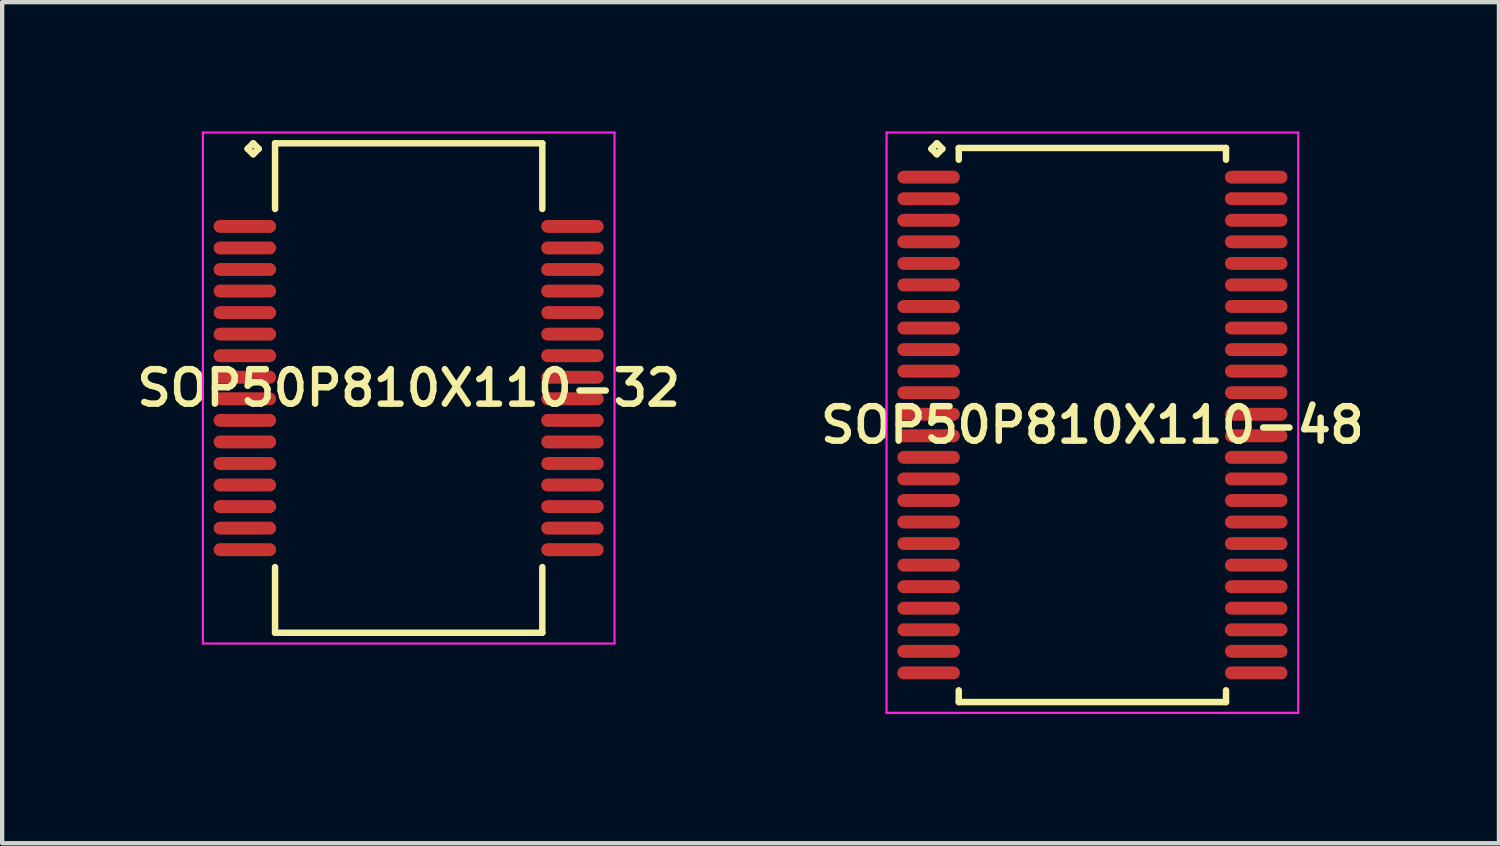
<source format=kicad_pcb>
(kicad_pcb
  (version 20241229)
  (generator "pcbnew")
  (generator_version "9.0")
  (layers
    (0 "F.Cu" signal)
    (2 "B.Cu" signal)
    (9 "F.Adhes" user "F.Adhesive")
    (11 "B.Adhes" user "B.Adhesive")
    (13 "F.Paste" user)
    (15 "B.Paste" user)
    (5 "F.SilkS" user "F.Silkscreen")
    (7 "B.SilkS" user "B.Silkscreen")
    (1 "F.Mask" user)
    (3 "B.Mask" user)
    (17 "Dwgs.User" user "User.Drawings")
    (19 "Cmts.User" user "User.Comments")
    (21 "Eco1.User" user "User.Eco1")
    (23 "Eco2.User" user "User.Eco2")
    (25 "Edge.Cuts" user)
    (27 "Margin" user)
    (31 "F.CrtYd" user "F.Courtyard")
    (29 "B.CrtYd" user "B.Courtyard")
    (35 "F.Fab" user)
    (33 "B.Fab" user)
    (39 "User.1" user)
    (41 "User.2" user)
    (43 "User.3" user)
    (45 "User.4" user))
  (footprint "SOP50P810X110-48"
    (layer "F.Cu")
    (at 22.292 6.81)
    (property "Reference" "SOP50P810X110-48" (at 0 0 0) (layer "F.SilkS") (effects (font (size 0.8 0.8) (thickness 0.15))))
    (attr smd)
    (fp_line (start -3.735 -6.408) (end -3.608 -6.535) (stroke (width 0.15) (type solid)) (layer "F.SilkS"))
    (fp_line (start -3.608 -6.535) (end -3.481 -6.408) (stroke (width 0.15) (type solid)) (layer "F.SilkS"))
    (fp_line (start -3.608 -6.281) (end -3.735 -6.408) (stroke (width 0.15) (type solid)) (layer "F.SilkS"))
    (fp_line (start -3.481 -6.408) (end -3.608 -6.281) (stroke (width 0.15) (type solid)) (layer "F.SilkS"))
    (fp_line (start -3.1 -6.427) (end 3.1 -6.427) (stroke (width 0.15) (type solid)) (layer "F.SilkS"))
    (fp_line (start -3.1 -6.154) (end -3.1 -6.427) (stroke (width 0.15) (type solid)) (layer "F.SilkS"))
    (fp_line (start -3.1 6.154) (end -3.1 6.427) (stroke (width 0.15) (type solid)) (layer "F.SilkS"))
    (fp_line (start -3.1 6.427) (end 3.1 6.427) (stroke (width 0.15) (type solid)) (layer "F.SilkS"))
    (fp_line (start 3.1 -6.427) (end 3.1 -6.154) (stroke (width 0.15) (type solid)) (layer "F.SilkS"))
    (fp_line (start 3.1 6.427) (end 3.1 6.154) (stroke (width 0.15) (type solid)) (layer "F.SilkS"))
    (fp_line (start -4.775 -6.785) (end 4.775 -6.785) (stroke (width 0.05) (type solid)) (layer "F.CrtYd"))
    (fp_line (start -4.775 6.677) (end -4.775 -6.785) (stroke (width 0.05) (type solid)) (layer "F.CrtYd"))
    (fp_line (start 4.775 -6.785) (end 4.775 6.677) (stroke (width 0.05) (type solid)) (layer "F.CrtYd"))
    (fp_line (start 4.775 6.677) (end -4.775 6.677) (stroke (width 0.05) (type solid)) (layer "F.CrtYd"))
    (pad "1" smd oval (at -3.8 -5.75) (size 1.45 0.3) (layers "F.Cu" "F.Mask" "F.Paste"))
    (pad "2" smd oval (at -3.8 -5.25) (size 1.45 0.3) (layers "F.Cu" "F.Mask" "F.Paste"))
    (pad "3" smd oval (at -3.8 -4.75) (size 1.45 0.3) (layers "F.Cu" "F.Mask" "F.Paste"))
    (pad "4" smd oval (at -3.8 -4.25) (size 1.45 0.3) (layers "F.Cu" "F.Mask" "F.Paste"))
    (pad "5" smd oval (at -3.8 -3.75) (size 1.45 0.3) (layers "F.Cu" "F.Mask" "F.Paste"))
    (pad "6" smd oval (at -3.8 -3.25) (size 1.45 0.3) (layers "F.Cu" "F.Mask" "F.Paste"))
    (pad "7" smd oval (at -3.8 -2.75) (size 1.45 0.3) (layers "F.Cu" "F.Mask" "F.Paste"))
    (pad "8" smd oval (at -3.8 -2.25) (size 1.45 0.3) (layers "F.Cu" "F.Mask" "F.Paste"))
    (pad "9" smd oval (at -3.8 -1.75) (size 1.45 0.3) (layers "F.Cu" "F.Mask" "F.Paste"))
    (pad "10" smd oval (at -3.8 -1.25) (size 1.45 0.3) (layers "F.Cu" "F.Mask" "F.Paste"))
    (pad "11" smd oval (at -3.8 -0.75) (size 1.45 0.3) (layers "F.Cu" "F.Mask" "F.Paste"))
    (pad "12" smd oval (at -3.8 -0.25) (size 1.45 0.3) (layers "F.Cu" "F.Mask" "F.Paste"))
    (pad "13" smd oval (at -3.8 0.25) (size 1.45 0.3) (layers "F.Cu" "F.Mask" "F.Paste"))
    (pad "14" smd oval (at -3.8 0.75) (size 1.45 0.3) (layers "F.Cu" "F.Mask" "F.Paste"))
    (pad "15" smd oval (at -3.8 1.25) (size 1.45 0.3) (layers "F.Cu" "F.Mask" "F.Paste"))
    (pad "16" smd oval (at -3.8 1.75) (size 1.45 0.3) (layers "F.Cu" "F.Mask" "F.Paste"))
    (pad "17" smd oval (at -3.8 2.25) (size 1.45 0.3) (layers "F.Cu" "F.Mask" "F.Paste"))
    (pad "18" smd oval (at -3.8 2.75) (size 1.45 0.3) (layers "F.Cu" "F.Mask" "F.Paste"))
    (pad "19" smd oval (at -3.8 3.25) (size 1.45 0.3) (layers "F.Cu" "F.Mask" "F.Paste"))
    (pad "20" smd oval (at -3.8 3.75) (size 1.45 0.3) (layers "F.Cu" "F.Mask" "F.Paste"))
    (pad "21" smd oval (at -3.8 4.25) (size 1.45 0.3) (layers "F.Cu" "F.Mask" "F.Paste"))
    (pad "22" smd oval (at -3.8 4.75) (size 1.45 0.3) (layers "F.Cu" "F.Mask" "F.Paste"))
    (pad "23" smd oval (at -3.8 5.25) (size 1.45 0.3) (layers "F.Cu" "F.Mask" "F.Paste"))
    (pad "24" smd oval (at -3.8 5.75) (size 1.45 0.3) (layers "F.Cu" "F.Mask" "F.Paste"))
    (pad "25" smd oval (at 3.8 5.75) (size 1.45 0.3) (layers "F.Cu" "F.Mask" "F.Paste"))
    (pad "26" smd oval (at 3.8 5.25) (size 1.45 0.3) (layers "F.Cu" "F.Mask" "F.Paste"))
    (pad "27" smd oval (at 3.8 4.75) (size 1.45 0.3) (layers "F.Cu" "F.Mask" "F.Paste"))
    (pad "28" smd oval (at 3.8 4.25) (size 1.45 0.3) (layers "F.Cu" "F.Mask" "F.Paste"))
    (pad "29" smd oval (at 3.8 3.75) (size 1.45 0.3) (layers "F.Cu" "F.Mask" "F.Paste"))
    (pad "30" smd oval (at 3.8 3.25) (size 1.45 0.3) (layers "F.Cu" "F.Mask" "F.Paste"))
    (pad "31" smd oval (at 3.8 2.75) (size 1.45 0.3) (layers "F.Cu" "F.Mask" "F.Paste"))
    (pad "32" smd oval (at 3.8 2.25) (size 1.45 0.3) (layers "F.Cu" "F.Mask" "F.Paste"))
    (pad "33" smd oval (at 3.8 1.75) (size 1.45 0.3) (layers "F.Cu" "F.Mask" "F.Paste"))
    (pad "34" smd oval (at 3.8 1.25) (size 1.45 0.3) (layers "F.Cu" "F.Mask" "F.Paste"))
    (pad "35" smd oval (at 3.8 0.75) (size 1.45 0.3) (layers "F.Cu" "F.Mask" "F.Paste"))
    (pad "36" smd oval (at 3.8 0.25) (size 1.45 0.3) (layers "F.Cu" "F.Mask" "F.Paste"))
    (pad "37" smd oval (at 3.8 -0.25) (size 1.45 0.3) (layers "F.Cu" "F.Mask" "F.Paste"))
    (pad "38" smd oval (at 3.8 -0.75) (size 1.45 0.3) (layers "F.Cu" "F.Mask" "F.Paste"))
    (pad "39" smd oval (at 3.8 -1.25) (size 1.45 0.3) (layers "F.Cu" "F.Mask" "F.Paste"))
    (pad "40" smd oval (at 3.8 -1.75) (size 1.45 0.3) (layers "F.Cu" "F.Mask" "F.Paste"))
    (pad "41" smd oval (at 3.8 -2.25) (size 1.45 0.3) (layers "F.Cu" "F.Mask" "F.Paste"))
    (pad "42" smd oval (at 3.8 -2.75) (size 1.45 0.3) (layers "F.Cu" "F.Mask" "F.Paste"))
    (pad "43" smd oval (at 3.8 -3.25) (size 1.45 0.3) (layers "F.Cu" "F.Mask" "F.Paste"))
    (pad "44" smd oval (at 3.8 -3.75) (size 1.45 0.3) (layers "F.Cu" "F.Mask" "F.Paste"))
    (pad "45" smd oval (at 3.8 -4.25) (size 1.45 0.3) (layers "F.Cu" "F.Mask" "F.Paste"))
    (pad "46" smd oval (at 3.8 -4.75) (size 1.45 0.3) (layers "F.Cu" "F.Mask" "F.Paste"))
    (pad "47" smd oval (at 3.8 -5.25) (size 1.45 0.3) (layers "F.Cu" "F.Mask" "F.Paste"))
    (pad "48" smd oval (at 3.8 -5.75) (size 1.45 0.3) (layers "F.Cu" "F.Mask" "F.Paste")))
  (footprint "SOP50P810X110-32"
    (layer "F.Cu")
    (at 6.431 5.952)
    (property "Reference" "SOP50P810X110-32" (at 0 0 0) (layer "F.SilkS") (effects (font (size 0.8 0.8) (thickness 0.15))))
    (attr smd)
    (fp_line (start -3.735 -5.55) (end -3.608 -5.677) (stroke (width 0.15) (type solid)) (layer "F.SilkS"))
    (fp_line (start -3.608 -5.677) (end -3.481 -5.55) (stroke (width 0.15) (type solid)) (layer "F.SilkS"))
    (fp_line (start -3.608 -5.423) (end -3.735 -5.55) (stroke (width 0.15) (type solid)) (layer "F.SilkS"))
    (fp_line (start -3.481 -5.55) (end -3.608 -5.423) (stroke (width 0.15) (type solid)) (layer "F.SilkS"))
    (fp_line (start -3.1 -5.677) (end 3.1 -5.677) (stroke (width 0.15) (type solid)) (layer "F.SilkS"))
    (fp_line (start -3.1 -4.154) (end -3.1 -5.677) (stroke (width 0.15) (type solid)) (layer "F.SilkS"))
    (fp_line (start -3.1 4.154) (end -3.1 5.677) (stroke (width 0.15) (type solid)) (layer "F.SilkS"))
    (fp_line (start -3.1 5.677) (end 3.1 5.677) (stroke (width 0.15) (type solid)) (layer "F.SilkS"))
    (fp_line (start 3.1 -5.677) (end 3.1 -4.154) (stroke (width 0.15) (type solid)) (layer "F.SilkS"))
    (fp_line (start 3.1 5.677) (end 3.1 4.154) (stroke (width 0.15) (type solid)) (layer "F.SilkS"))
    (fp_line (start -4.775 -5.927) (end 4.775 -5.927) (stroke (width 0.05) (type solid)) (layer "F.CrtYd"))
    (fp_line (start -4.775 5.927) (end -4.775 -5.927) (stroke (width 0.05) (type solid)) (layer "F.CrtYd"))
    (fp_line (start 4.775 -5.927) (end 4.775 5.927) (stroke (width 0.05) (type solid)) (layer "F.CrtYd"))
    (fp_line (start 4.775 5.927) (end -4.775 5.927) (stroke (width 0.05) (type solid)) (layer "F.CrtYd"))
    (pad "1" smd oval (at -3.8 -3.75) (size 1.45 0.3) (layers "F.Cu" "F.Mask" "F.Paste"))
    (pad "2" smd oval (at -3.8 -3.25) (size 1.45 0.3) (layers "F.Cu" "F.Mask" "F.Paste"))
    (pad "3" smd oval (at -3.8 -2.75) (size 1.45 0.3) (layers "F.Cu" "F.Mask" "F.Paste"))
    (pad "4" smd oval (at -3.8 -2.25) (size 1.45 0.3) (layers "F.Cu" "F.Mask" "F.Paste"))
    (pad "5" smd oval (at -3.8 -1.75) (size 1.45 0.3) (layers "F.Cu" "F.Mask" "F.Paste"))
    (pad "6" smd oval (at -3.8 -1.25) (size 1.45 0.3) (layers "F.Cu" "F.Mask" "F.Paste"))
    (pad "7" smd oval (at -3.8 -0.75) (size 1.45 0.3) (layers "F.Cu" "F.Mask" "F.Paste"))
    (pad "8" smd oval (at -3.8 -0.25) (size 1.45 0.3) (layers "F.Cu" "F.Mask" "F.Paste"))
    (pad "9" smd oval (at -3.8 0.25) (size 1.45 0.3) (layers "F.Cu" "F.Mask" "F.Paste"))
    (pad "10" smd oval (at -3.8 0.75) (size 1.45 0.3) (layers "F.Cu" "F.Mask" "F.Paste"))
    (pad "11" smd oval (at -3.8 1.25) (size 1.45 0.3) (layers "F.Cu" "F.Mask" "F.Paste"))
    (pad "12" smd oval (at -3.8 1.75) (size 1.45 0.3) (layers "F.Cu" "F.Mask" "F.Paste"))
    (pad "13" smd oval (at -3.8 2.25) (size 1.45 0.3) (layers "F.Cu" "F.Mask" "F.Paste"))
    (pad "14" smd oval (at -3.8 2.75) (size 1.45 0.3) (layers "F.Cu" "F.Mask" "F.Paste"))
    (pad "15" smd oval (at -3.8 3.25) (size 1.45 0.3) (layers "F.Cu" "F.Mask" "F.Paste"))
    (pad "16" smd oval (at -3.8 3.75) (size 1.45 0.3) (layers "F.Cu" "F.Mask" "F.Paste"))
    (pad "17" smd oval (at 3.8 3.75) (size 1.45 0.3) (layers "F.Cu" "F.Mask" "F.Paste"))
    (pad "18" smd oval (at 3.8 3.25) (size 1.45 0.3) (layers "F.Cu" "F.Mask" "F.Paste"))
    (pad "19" smd oval (at 3.8 2.75) (size 1.45 0.3) (layers "F.Cu" "F.Mask" "F.Paste"))
    (pad "20" smd oval (at 3.8 2.25) (size 1.45 0.3) (layers "F.Cu" "F.Mask" "F.Paste"))
    (pad "21" smd oval (at 3.8 1.75) (size 1.45 0.3) (layers "F.Cu" "F.Mask" "F.Paste"))
    (pad "22" smd oval (at 3.8 1.25) (size 1.45 0.3) (layers "F.Cu" "F.Mask" "F.Paste"))
    (pad "23" smd oval (at 3.8 0.75) (size 1.45 0.3) (layers "F.Cu" "F.Mask" "F.Paste"))
    (pad "24" smd oval (at 3.8 0.25) (size 1.45 0.3) (layers "F.Cu" "F.Mask" "F.Paste"))
    (pad "25" smd oval (at 3.8 -0.25) (size 1.45 0.3) (layers "F.Cu" "F.Mask" "F.Paste"))
    (pad "26" smd oval (at 3.8 -0.75) (size 1.45 0.3) (layers "F.Cu" "F.Mask" "F.Paste"))
    (pad "27" smd oval (at 3.8 -1.25) (size 1.45 0.3) (layers "F.Cu" "F.Mask" "F.Paste"))
    (pad "28" smd oval (at 3.8 -1.75) (size 1.45 0.3) (layers "F.Cu" "F.Mask" "F.Paste"))
    (pad "29" smd oval (at 3.8 -2.25) (size 1.45 0.3) (layers "F.Cu" "F.Mask" "F.Paste"))
    (pad "30" smd oval (at 3.8 -2.75) (size 1.45 0.3) (layers "F.Cu" "F.Mask" "F.Paste"))
    (pad "31" smd oval (at 3.8 -3.25) (size 1.45 0.3) (layers "F.Cu" "F.Mask" "F.Paste"))
    (pad "32" smd oval (at 3.8 -3.75) (size 1.45 0.3) (layers "F.Cu" "F.Mask" "F.Paste")))
  (gr_rect
    (start -3 -3)
    (end 31.723 16.512)
    (stroke (width 0.1) (type default))
    (fill no)
    (layer "Edge.Cuts")))
</source>
